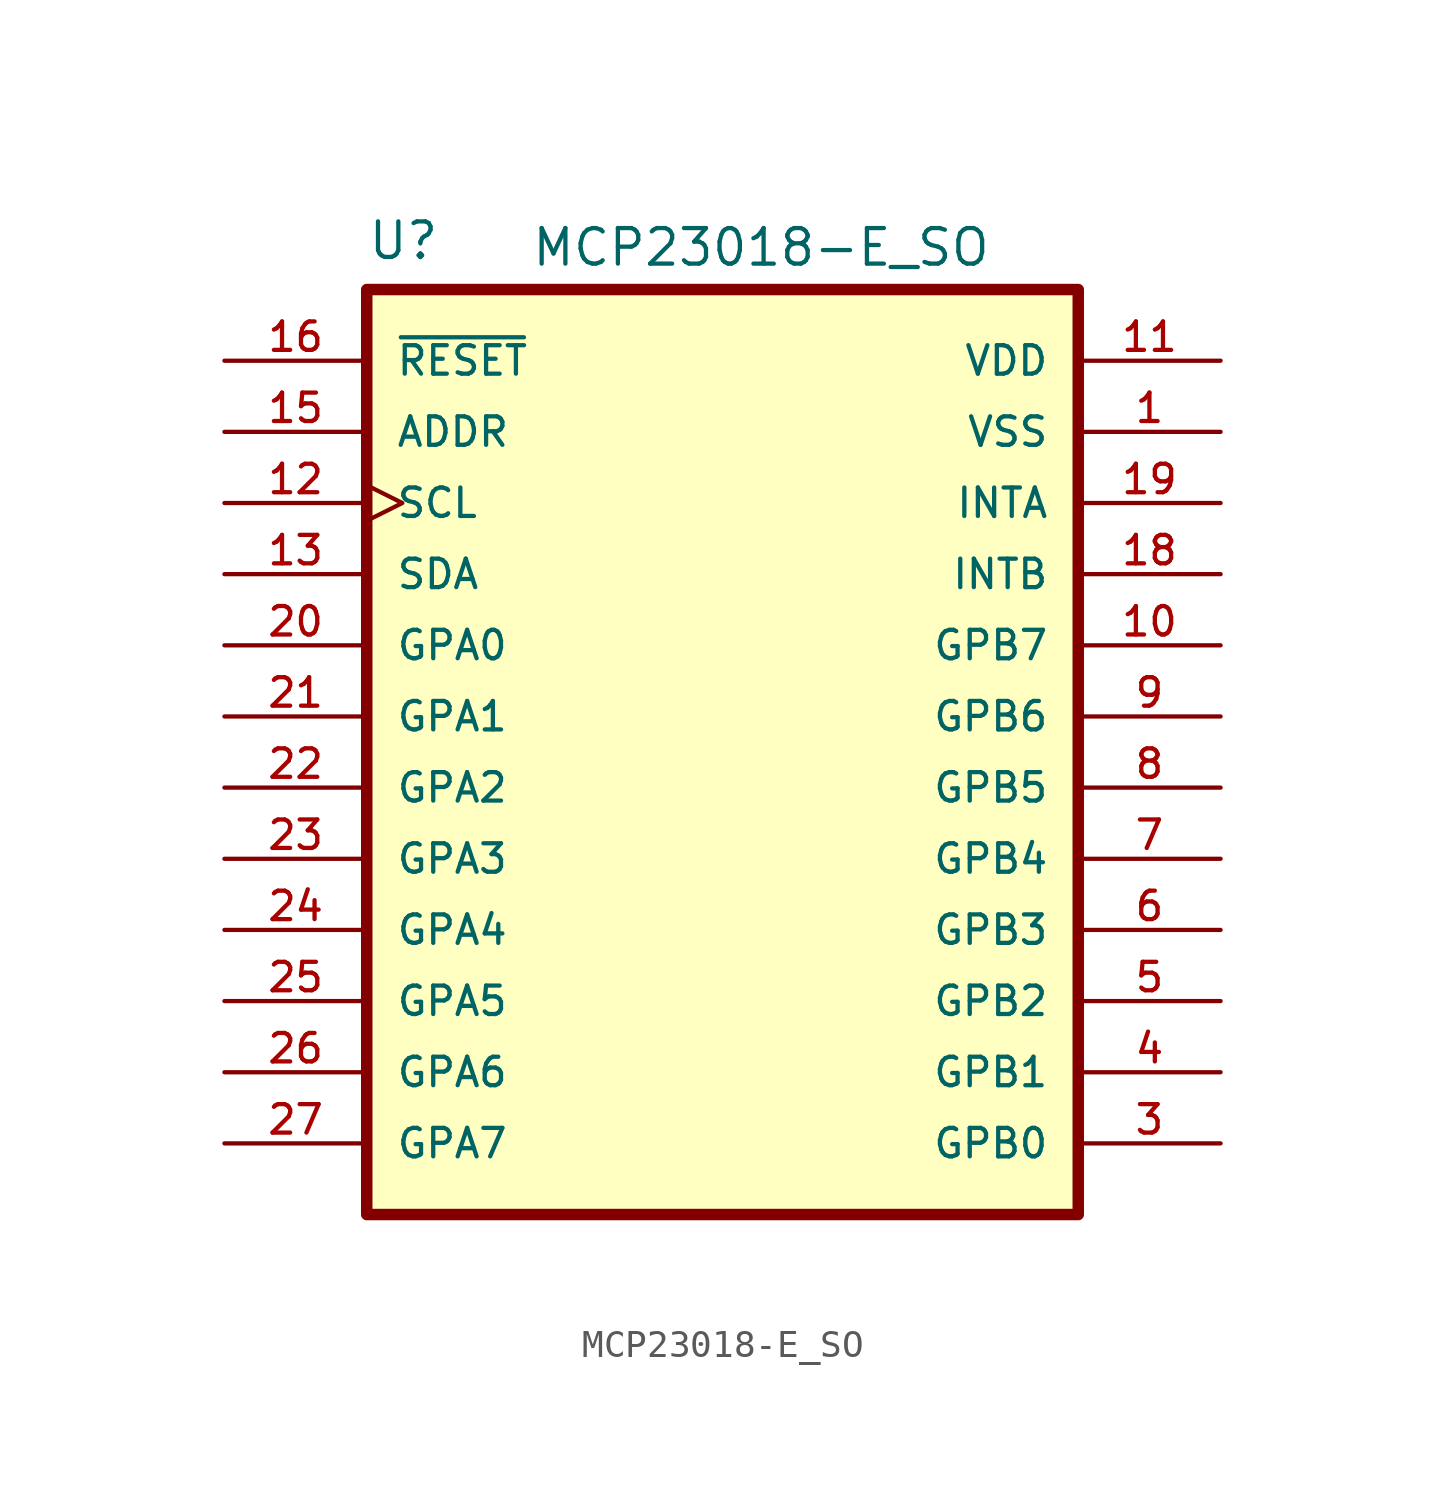
<source format=kicad_sym>
(kicad_symbol_lib
  (version 20231120)
  (generator "kicad_symbol_editor")
  (generator_version "8.0")
  (symbol "MCP23018-E_SO"
    (pin_names
      (offset 1.016))
    (property "Reference" "U"
      (at -12.7 26.4 0)
      (effects (font (size 1.27 1.27)) (justify left bottom)))
    (property "Value" "MCP23018-E_SO"
      (at -6.858 26.162 0)
      (effects (font (size 1.27 1.27)) (justify left bottom)))
    (symbol "MCP23018-E_SO_0_0"
      (rectangle (start -12.7 25.4) (end 12.7 -7.62) (stroke (width 0.41) (type default)) (fill (type background)))
      (pin power_in line (at 17.78 20.32 180) (length 5.08) (name "VSS" (effects (font (size 1.016 1.016)))) (number "1" (effects (font (size 1.016 1.016)))))
      (pin bidirectional line (at 17.78 12.7 180) (length 5.08) (name "GPB7" (effects (font (size 1.016 1.016)))) (number "10" (effects (font (size 1.016 1.016)))))
      (pin power_in line (at 17.78 22.86 180) (length 5.08) (name "VDD" (effects (font (size 1.016 1.016)))) (number "11" (effects (font (size 1.016 1.016)))))
      (pin input clock (at -17.78 17.78 0) (length 5.08) (name "SCL" (effects (font (size 1.016 1.016)))) (number "12" (effects (font (size 1.016 1.016)))))
      (pin bidirectional line (at -17.78 15.24 0) (length 5.08) (name "SDA" (effects (font (size 1.016 1.016)))) (number "13" (effects (font (size 1.016 1.016)))))
      (pin input line (at -17.78 20.32 0) (length 5.08) (name "ADDR" (effects (font (size 1.016 1.016)))) (number "15" (effects (font (size 1.016 1.016)))))
      (pin input line (at -17.78 22.86 0) (length 5.08) (name "~{RESET}" (effects (font (size 1.016 1.016)))) (number "16" (effects (font (size 1.016 1.016)))))
      (pin output line (at 17.78 15.24 180) (length 5.08) (name "INTB" (effects (font (size 1.016 1.016)))) (number "18" (effects (font (size 1.016 1.016)))))
      (pin output line (at 17.78 17.78 180) (length 5.08) (name "INTA" (effects (font (size 1.016 1.016)))) (number "19" (effects (font (size 1.016 1.016)))))
      (pin bidirectional line (at -17.78 12.7 0) (length 5.08) (name "GPA0" (effects (font (size 1.016 1.016)))) (number "20" (effects (font (size 1.016 1.016)))))
      (pin bidirectional line (at -17.78 10.16 0) (length 5.08) (name "GPA1" (effects (font (size 1.016 1.016)))) (number "21" (effects (font (size 1.016 1.016)))))
      (pin bidirectional line (at -17.78 7.62 0) (length 5.08) (name "GPA2" (effects (font (size 1.016 1.016)))) (number "22" (effects (font (size 1.016 1.016)))))
      (pin bidirectional line (at -17.78 5.08 0) (length 5.08) (name "GPA3" (effects (font (size 1.016 1.016)))) (number "23" (effects (font (size 1.016 1.016)))))
      (pin bidirectional line (at -17.78 2.54 0) (length 5.08) (name "GPA4" (effects (font (size 1.016 1.016)))) (number "24" (effects (font (size 1.016 1.016)))))
      (pin bidirectional line (at -17.78 0 0) (length 5.08) (name "GPA5" (effects (font (size 1.016 1.016)))) (number "25" (effects (font (size 1.016 1.016)))))
      (pin bidirectional line (at -17.78 -2.54 0) (length 5.08) (name "GPA6" (effects (font (size 1.016 1.016)))) (number "26" (effects (font (size 1.016 1.016)))))
      (pin bidirectional line (at -17.78 -5.08 0) (length 5.08) (name "GPA7" (effects (font (size 1.016 1.016)))) (number "27" (effects (font (size 1.016 1.016)))))
      (pin bidirectional line (at 17.78 -5.08 180) (length 5.08) (name "GPB0" (effects (font (size 1.016 1.016)))) (number "3" (effects (font (size 1.016 1.016)))))
      (pin bidirectional line (at 17.78 -2.54 180) (length 5.08) (name "GPB1" (effects (font (size 1.016 1.016)))) (number "4" (effects (font (size 1.016 1.016)))))
      (pin bidirectional line (at 17.78 0 180) (length 5.08) (name "GPB2" (effects (font (size 1.016 1.016)))) (number "5" (effects (font (size 1.016 1.016)))))
      (pin bidirectional line (at 17.78 2.54 180) (length 5.08) (name "GPB3" (effects (font (size 1.016 1.016)))) (number "6" (effects (font (size 1.016 1.016)))))
      (pin bidirectional line (at 17.78 5.08 180) (length 5.08) (name "GPB4" (effects (font (size 1.016 1.016)))) (number "7" (effects (font (size 1.016 1.016)))))
      (pin bidirectional line (at 17.78 7.62 180) (length 5.08) (name "GPB5" (effects (font (size 1.016 1.016)))) (number "8" (effects (font (size 1.016 1.016)))))
      (pin bidirectional line (at 17.78 10.16 180) (length 5.08) (name "GPB6" (effects (font (size 1.016 1.016)))) (number "9" (effects (font (size 1.016 1.016))))))))
</source>
